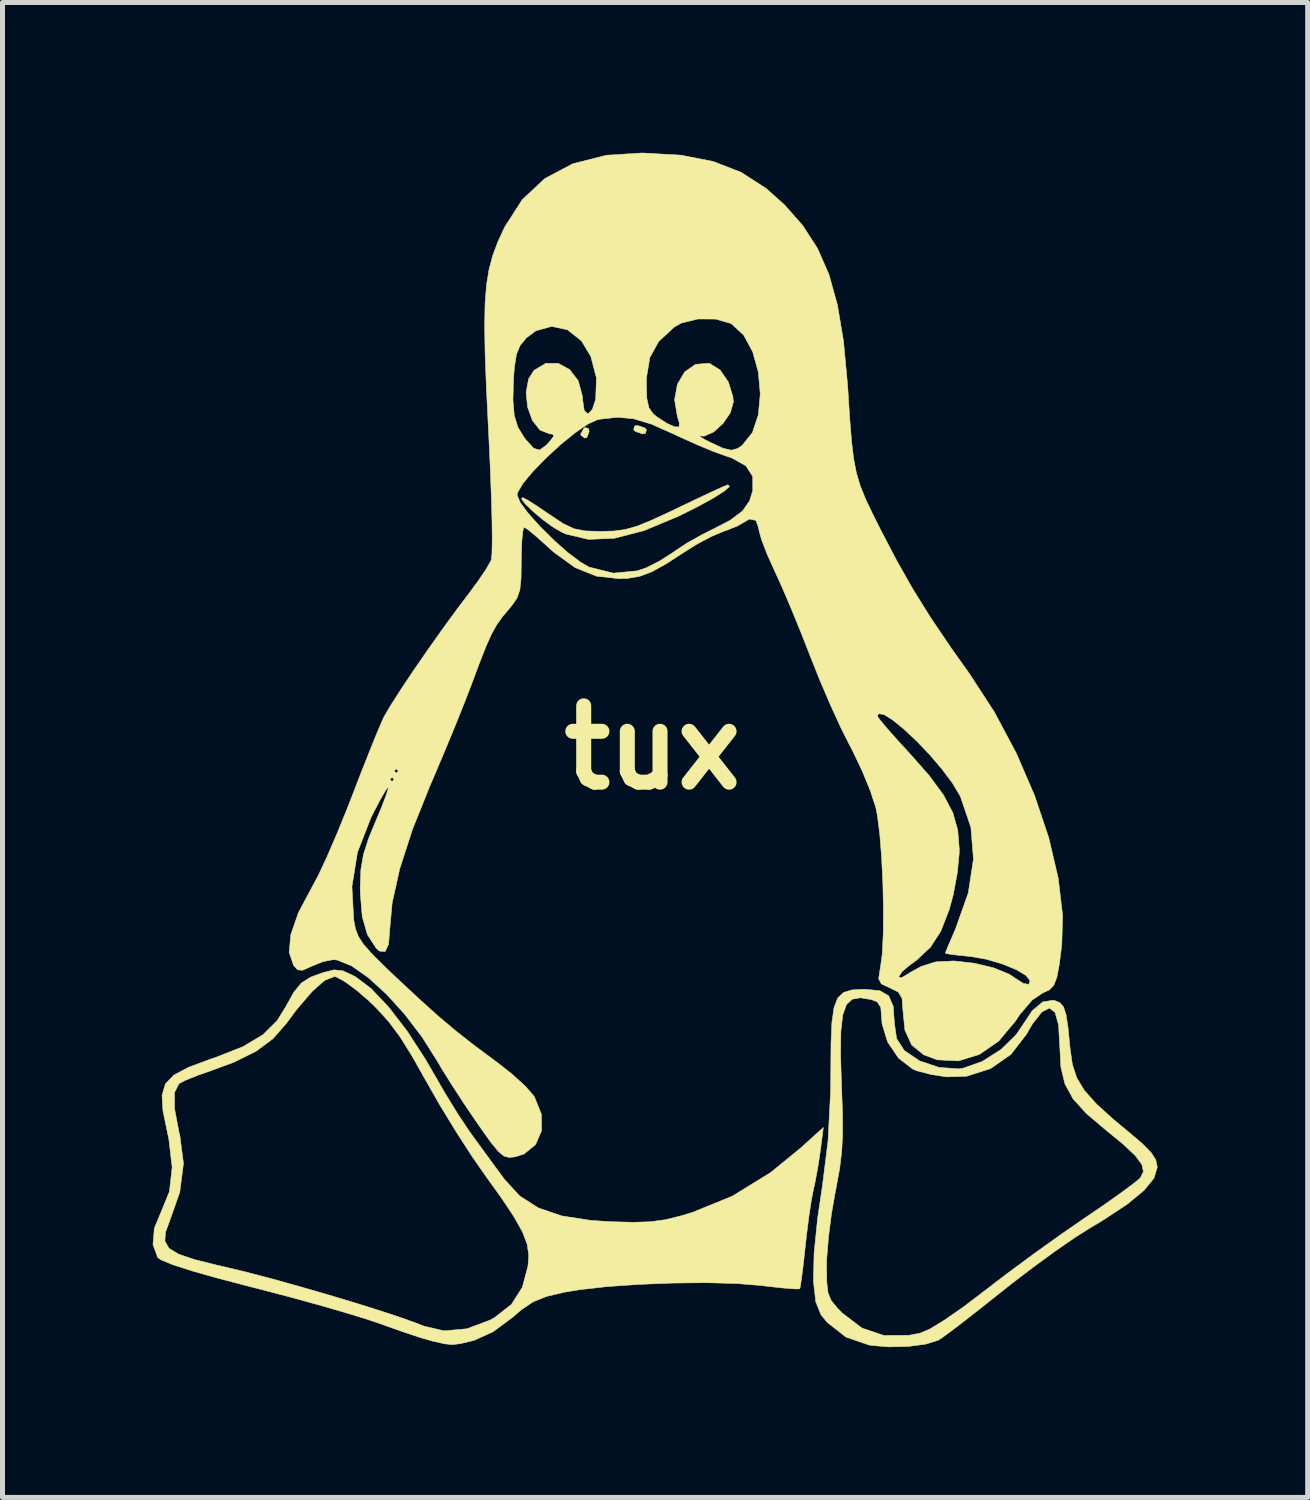
<source format=kicad_pcb>
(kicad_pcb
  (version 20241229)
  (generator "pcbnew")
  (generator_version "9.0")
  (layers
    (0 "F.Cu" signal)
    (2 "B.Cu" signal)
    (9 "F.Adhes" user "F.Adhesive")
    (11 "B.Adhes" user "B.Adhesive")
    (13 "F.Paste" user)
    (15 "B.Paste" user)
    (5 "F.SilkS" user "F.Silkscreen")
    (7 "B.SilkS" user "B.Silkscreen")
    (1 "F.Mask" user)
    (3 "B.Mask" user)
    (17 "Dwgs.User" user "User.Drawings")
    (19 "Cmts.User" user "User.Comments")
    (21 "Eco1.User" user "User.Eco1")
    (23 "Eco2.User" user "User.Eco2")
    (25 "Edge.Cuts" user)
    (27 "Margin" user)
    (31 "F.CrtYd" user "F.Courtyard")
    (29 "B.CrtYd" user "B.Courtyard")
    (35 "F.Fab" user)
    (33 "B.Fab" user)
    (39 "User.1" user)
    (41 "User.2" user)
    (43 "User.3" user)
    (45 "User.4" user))
  (footprint "tux"
    (layer "F.Cu")
    (at 9.986 11.881)
    (property "Reference" "tux" (at 0 0 0) (layer "F.SilkS") (effects (font (size 1.524 1.524) (thickness 0.3))))
    (attr through_hole)
    (fp_poly (pts (xy -1.282 -6.373) (xy -1.27 -6.313) (xy -1.314 -6.197) (xy -1.355 -6.181) (xy -1.437 -6.241) (xy -1.439 -6.26) (xy -1.378 -6.375) (xy -1.355 -6.392) (xy -1.282 -6.373)) (stroke (width 0.01) (type solid)) (fill yes) (layer "F.SilkS"))
    (fp_poly (pts (xy -0.16 -6.385) (xy -0.127 -6.35) (xy -0.145 -6.277) (xy -0.202 -6.265) (xy -0.348 -6.315) (xy -0.381 -6.35) (xy -0.363 -6.423) (xy -0.306 -6.435) (xy -0.16 -6.385)) (stroke (width 0.01) (type solid)) (fill yes) (layer "F.SilkS"))
    (fp_poly (pts (xy 1.534 -5.216) (xy 1.43 -5.124) (xy 1.209 -4.984) (xy 0.888 -4.808) (xy 0.509 -4.619) (xy -0.175 -4.334) (xy -0.767 -4.181) (xy -1.282 -4.159) (xy -1.732 -4.265) (xy -1.82 -4.304) (xy -2.001 -4.411) (xy -2.205 -4.561) (xy -2.398 -4.724) (xy -2.548 -4.87) (xy -2.62 -4.969) (xy -2.602 -4.995) (xy -2.51 -4.95) (xy -2.321 -4.831) (xy -2.075 -4.664) (xy -2.064 -4.657) (xy -1.789 -4.474) (xy -1.574 -4.372) (xy -1.35 -4.328) (xy -1.042 -4.319) (xy -1.023 -4.319) (xy -0.771 -4.326) (xy -0.551 -4.356) (xy -0.32 -4.421) (xy -0.037 -4.535) (xy 0.34 -4.709) (xy 0.496 -4.784) (xy 0.864 -4.96) (xy 1.174 -5.106) (xy 1.395 -5.207) (xy 1.499 -5.249) (xy 1.501 -5.249) (xy 1.534 -5.216)) (stroke (width 0.01) (type solid)) (fill yes) (layer "F.SilkS"))
    (fp_poly (pts (xy 4.534 4.854) (xy 4.714 4.959) (xy 4.803 5.17) (xy 4.826 5.502) (xy 4.87 5.811) (xy 5.018 6.041) (xy 5.027 6.051) (xy 5.331 6.257) (xy 5.717 6.386) (xy 6.105 6.415) (xy 6.199 6.402) (xy 6.581 6.267) (xy 6.956 6.028) (xy 7.258 5.733) (xy 7.354 5.591) (xy 7.579 5.254) (xy 7.791 5.076) (xy 8.001 5.045) (xy 8.026 5.051) (xy 8.13 5.093) (xy 8.203 5.177) (xy 8.254 5.333) (xy 8.294 5.594) (xy 8.333 5.991) (xy 8.335 6.009) (xy 8.38 6.326) (xy 8.468 6.595) (xy 8.621 6.848) (xy 8.858 7.114) (xy 9.202 7.426) (xy 9.469 7.647) (xy 9.769 7.901) (xy 9.953 8.086) (xy 10.047 8.234) (xy 10.075 8.372) (xy 10.075 8.382) (xy 10.011 8.597) (xy 9.812 8.841) (xy 9.471 9.122) (xy 8.98 9.445) (xy 8.729 9.595) (xy 8.428 9.785) (xy 8.039 10.054) (xy 7.603 10.372) (xy 7.161 10.709) (xy 6.964 10.866) (xy 6.584 11.168) (xy 6.242 11.436) (xy 5.962 11.65) (xy 5.769 11.791) (xy 5.701 11.835) (xy 5.45 11.913) (xy 5.099 11.959) (xy 4.713 11.968) (xy 4.358 11.937) (xy 4.318 11.93) (xy 3.857 11.771) (xy 3.489 11.482) (xy 3.36 11.327) (xy 3.256 11.069) (xy 3.209 10.657) (xy 3.216 10.35) (xy 3.471 10.35) (xy 3.476 10.677) (xy 3.5 10.889) (xy 3.564 11.042) (xy 3.685 11.19) (xy 3.783 11.291) (xy 4.178 11.592) (xy 4.614 11.739) (xy 5.113 11.737) (xy 5.339 11.694) (xy 5.537 11.609) (xy 5.836 11.426) (xy 6.212 11.164) (xy 6.609 10.862) (xy 7.077 10.504) (xy 7.617 10.105) (xy 8.161 9.716) (xy 8.604 9.41) (xy 8.978 9.156) (xy 9.306 8.925) (xy 9.561 8.738) (xy 9.713 8.617) (xy 9.738 8.592) (xy 9.799 8.469) (xy 9.77 8.328) (xy 9.64 8.151) (xy 9.393 7.918) (xy 9.053 7.64) (xy 8.66 7.307) (xy 8.393 7.012) (xy 8.231 6.715) (xy 8.15 6.374) (xy 8.128 5.948) (xy 8.128 5.945) (xy 8.104 5.535) (xy 8.034 5.286) (xy 7.922 5.201) (xy 7.77 5.279) (xy 7.581 5.521) (xy 7.461 5.727) (xy 7.154 6.126) (xy 6.744 6.411) (xy 6.267 6.563) (xy 5.867 6.575) (xy 5.561 6.528) (xy 5.287 6.457) (xy 5.193 6.42) (xy 4.908 6.2) (xy 4.69 5.877) (xy 4.579 5.514) (xy 4.572 5.408) (xy 4.554 5.186) (xy 4.48 5.075) (xy 4.367 5.032) (xy 4.148 4.996) (xy 3.984 5.024) (xy 3.868 5.133) (xy 3.794 5.341) (xy 3.757 5.665) (xy 3.751 6.121) (xy 3.769 6.727) (xy 3.771 6.773) (xy 3.79 7.307) (xy 3.792 7.723) (xy 3.773 8.073) (xy 3.732 8.409) (xy 3.664 8.782) (xy 3.648 8.861) (xy 3.569 9.311) (xy 3.509 9.784) (xy 3.475 10.203) (xy 3.471 10.35) (xy 3.216 10.35) (xy 3.222 10.097) (xy 3.293 9.394) (xy 3.388 8.755) (xy 3.501 7.851) (xy 3.552 6.859) (xy 3.556 6.475) (xy 3.56 5.907) (xy 3.578 5.487) (xy 3.62 5.192) (xy 3.694 5) (xy 3.809 4.89) (xy 3.974 4.839) (xy 4.199 4.826) (xy 4.235 4.826) (xy 4.534 4.854)) (stroke (width 0.01) (type solid)) (fill yes) (layer "F.SilkS"))
    (fp_poly (pts (xy -6.187 4.457) (xy -5.968 4.559) (xy -5.932 4.579) (xy -5.621 4.815) (xy -5.271 5.185) (xy -4.904 5.663) (xy -4.539 6.225) (xy -4.363 6.529) (xy -4.138 6.919) (xy -3.889 7.322) (xy -3.66 7.666) (xy -3.595 7.757) (xy -3.364 8.073) (xy -3.127 8.397) (xy -2.96 8.624) (xy -2.658 8.953) (xy -2.285 9.192) (xy -1.816 9.352) (xy -1.227 9.443) (xy -0.824 9.468) (xy -0.379 9.479) (xy -0.042 9.468) (xy 0.25 9.428) (xy 0.559 9.352) (xy 0.789 9.283) (xy 1.591 8.956) (xy 2.359 8.482) (xy 2.952 7.997) (xy 3.407 7.586) (xy 3.348 8.047) (xy 3.298 8.376) (xy 3.24 8.689) (xy 3.212 8.811) (xy 3.169 9.028) (xy 3.119 9.358) (xy 3.07 9.746) (xy 3.048 9.947) (xy 3.009 10.303) (xy 2.973 10.589) (xy 2.946 10.768) (xy 2.935 10.809) (xy 2.846 10.811) (xy 2.627 10.794) (xy 2.319 10.761) (xy 2.153 10.741) (xy 1.668 10.702) (xy 1.07 10.686) (xy 0.409 10.693) (xy -0.265 10.719) (xy -0.904 10.763) (xy -1.457 10.825) (xy -1.762 10.875) (xy -2.124 10.961) (xy -2.388 11.067) (xy -2.626 11.227) (xy -2.796 11.374) (xy -3.186 11.664) (xy -3.562 11.835) (xy -3.591 11.843) (xy -3.837 11.902) (xy -3.999 11.923) (xy -4.159 11.906) (xy -4.398 11.852) (xy -4.403 11.851) (xy -4.618 11.789) (xy -4.935 11.685) (xy -5.296 11.558) (xy -5.419 11.513) (xy -5.722 11.411) (xy -6.153 11.279) (xy -6.673 11.129) (xy -7.245 10.972) (xy -7.832 10.818) (xy -7.959 10.786) (xy -8.649 10.606) (xy -9.192 10.453) (xy -9.584 10.327) (xy -9.818 10.231) (xy -9.885 10.185) (xy -9.981 9.924) (xy -9.975 9.857) (xy -9.743 9.857) (xy -9.662 9.998) (xy -9.472 10.115) (xy -9.154 10.223) (xy -8.691 10.338) (xy -8.551 10.37) (xy -8.134 10.47) (xy -7.629 10.602) (xy -7.071 10.757) (xy -6.494 10.924) (xy -5.931 11.093) (xy -5.415 11.255) (xy -4.982 11.399) (xy -4.665 11.515) (xy -4.572 11.553) (xy -4.168 11.647) (xy -3.713 11.606) (xy -3.25 11.433) (xy -3.161 11.384) (xy -2.822 11.119) (xy -2.605 10.778) (xy -2.492 10.355) (xy -2.476 10.136) (xy -2.508 9.917) (xy -2.602 9.671) (xy -2.77 9.371) (xy -3.023 8.991) (xy -3.312 8.589) (xy -3.602 8.173) (xy -3.928 7.669) (xy -4.25 7.141) (xy -4.528 6.654) (xy -4.808 6.158) (xy -5.046 5.777) (xy -5.271 5.475) (xy -5.508 5.212) (xy -5.653 5.071) (xy -5.916 4.843) (xy -6.153 4.67) (xy -6.324 4.579) (xy -6.36 4.572) (xy -6.552 4.648) (xy -6.805 4.871) (xy -7.114 5.233) (xy -7.314 5.503) (xy -7.584 5.812) (xy -7.924 6.065) (xy -8.37 6.285) (xy -8.805 6.445) (xy -9.1 6.549) (xy -9.337 6.645) (xy -9.461 6.71) (xy -9.551 6.887) (xy -9.551 7.207) (xy -9.463 7.671) (xy -9.444 7.748) (xy -9.372 8.303) (xy -9.446 8.878) (xy -9.645 9.445) (xy -9.731 9.678) (xy -9.743 9.857) (xy -9.975 9.857) (xy -9.954 9.599) (xy -9.829 9.297) (xy -9.652 8.865) (xy -9.598 8.38) (xy -9.665 7.81) (xy -9.697 7.663) (xy -9.782 7.25) (xy -9.8 6.943) (xy -9.733 6.715) (xy -9.561 6.537) (xy -9.266 6.382) (xy -8.83 6.22) (xy -8.717 6.182) (xy -8.182 5.971) (xy -7.786 5.734) (xy -7.499 5.449) (xy -7.332 5.18) (xy -7.169 4.886) (xy -7.019 4.702) (xy -6.831 4.583) (xy -6.584 4.492) (xy -6.364 4.438) (xy -6.187 4.457)) (stroke (width 0.01) (type solid)) (fill yes) (layer "F.SilkS"))
    (fp_poly (pts (xy 0.558 -11.833) (xy 1.207 -11.707) (xy 1.766 -11.489) (xy 2.268 -11.165) (xy 2.63 -10.841) (xy 2.998 -10.424) (xy 3.291 -9.969) (xy 3.519 -9.45) (xy 3.688 -8.843) (xy 3.809 -8.123) (xy 3.889 -7.264) (xy 3.897 -7.154) (xy 3.934 -6.571) (xy 3.97 -6.121) (xy 4.012 -5.77) (xy 4.068 -5.482) (xy 4.146 -5.222) (xy 4.255 -4.954) (xy 4.403 -4.645) (xy 4.538 -4.375) (xy 4.87 -3.739) (xy 5.196 -3.164) (xy 5.547 -2.6) (xy 5.954 -1.998) (xy 6.324 -1.477) (xy 6.824 -0.708) (xy 7.262 0.114) (xy 7.627 0.96) (xy 7.909 1.801) (xy 8.098 2.608) (xy 8.185 3.352) (xy 8.169 3.937) (xy 8.119 4.33) (xy 8.07 4.589) (xy 8.009 4.746) (xy 7.923 4.837) (xy 7.799 4.895) (xy 7.791 4.897) (xy 7.576 5.042) (xy 7.334 5.325) (xy 7.244 5.459) (xy 6.912 5.858) (xy 6.524 6.127) (xy 6.105 6.256) (xy 5.682 6.235) (xy 5.411 6.134) (xy 5.171 5.939) (xy 5.036 5.642) (xy 4.995 5.236) (xy 4.979 5.008) (xy 4.906 4.883) (xy 4.737 4.798) (xy 4.736 4.798) (xy 4.566 4.719) (xy 4.512 4.615) (xy 4.541 4.422) (xy 4.545 4.403) (xy 4.583 4.126) (xy 4.603 3.724) (xy 4.607 3.24) (xy 4.596 2.718) (xy 4.571 2.2) (xy 4.534 1.731) (xy 4.486 1.352) (xy 4.452 1.187) (xy 4.345 0.86) (xy 4.181 0.461) (xy 3.992 0.064) (xy 3.942 -0.03) (xy 3.763 -0.385) (xy 3.652 -0.627) (xy 4.487 -0.627) (xy 4.542 -0.548) (xy 4.688 -0.374) (xy 4.904 -0.131) (xy 5.121 0.105) (xy 5.524 0.562) (xy 5.809 0.95) (xy 5.993 1.3) (xy 6.091 1.646) (xy 6.121 2.02) (xy 6.12 2.113) (xy 6.083 2.498) (xy 6.003 2.931) (xy 5.921 3.234) (xy 5.754 3.663) (xy 5.549 3.982) (xy 5.266 4.247) (xy 5.132 4.343) (xy 4.978 4.474) (xy 4.911 4.58) (xy 4.911 4.582) (xy 4.967 4.596) (xy 5.103 4.517) (xy 5.125 4.5) (xy 5.356 4.372) (xy 5.637 4.282) (xy 5.666 4.277) (xy 6.016 4.26) (xy 6.419 4.305) (xy 6.807 4.397) (xy 7.115 4.523) (xy 7.183 4.568) (xy 7.397 4.708) (xy 7.51 4.727) (xy 7.535 4.658) (xy 7.459 4.553) (xy 7.26 4.434) (xy 6.979 4.319) (xy 6.662 4.226) (xy 6.349 4.171) (xy 6.335 4.17) (xy 6.072 4.143) (xy 5.893 4.119) (xy 5.842 4.105) (xy 5.873 4.024) (xy 5.955 3.833) (xy 6.043 3.63) (xy 6.302 2.9) (xy 6.405 2.224) (xy 6.353 1.589) (xy 6.146 0.982) (xy 6.134 0.957) (xy 5.986 0.709) (xy 5.779 0.432) (xy 5.534 0.145) (xy 5.273 -0.129) (xy 5.017 -0.369) (xy 4.79 -0.554) (xy 4.613 -0.664) (xy 4.507 -0.677) (xy 4.487 -0.627) (xy 3.652 -0.627) (xy 3.554 -0.84) (xy 3.341 -1.337) (xy 3.149 -1.819) (xy 3.148 -1.82) (xy 2.963 -2.293) (xy 2.766 -2.775) (xy 2.58 -3.21) (xy 2.428 -3.544) (xy 2.423 -3.554) (xy 2.28 -3.873) (xy 2.172 -4.155) (xy 2.119 -4.349) (xy 2.117 -4.379) (xy 2.061 -4.538) (xy 1.928 -4.565) (xy 1.816 -4.498) (xy 1.688 -4.425) (xy 1.472 -4.339) (xy 1.416 -4.321) (xy 1.166 -4.215) (xy 0.861 -4.051) (xy 0.654 -3.921) (xy 0.272 -3.673) (xy -0.019 -3.512) (xy -0.261 -3.421) (xy -0.498 -3.381) (xy -0.666 -3.374) (xy -1.126 -3.425) (xy -1.551 -3.596) (xy -1.981 -3.907) (xy -2.102 -4.017) (xy -2.319 -4.212) (xy -2.488 -4.351) (xy -2.57 -4.403) (xy -2.595 -4.325) (xy -2.615 -4.118) (xy -2.624 -3.821) (xy -2.625 -3.728) (xy -2.63 -3.381) (xy -2.654 -3.151) (xy -2.71 -2.988) (xy -2.812 -2.84) (xy -2.866 -2.776) (xy -3.007 -2.607) (xy -3.12 -2.448) (xy -3.222 -2.263) (xy -3.332 -2.017) (xy -3.466 -1.675) (xy -3.604 -1.305) (xy -3.755 -0.912) (xy -3.952 -0.421) (xy -4.173 0.113) (xy -4.394 0.634) (xy -4.449 0.762) (xy -4.8 1.636) (xy -5.053 2.419) (xy -5.204 3.098) (xy -5.251 3.616) (xy -5.275 3.923) (xy -5.345 4.073) (xy -5.458 4.063) (xy -5.525 4.002) (xy -5.698 3.735) (xy -5.801 3.38) (xy -5.841 2.903) (xy -5.842 2.78) (xy -5.829 2.433) (xy -5.777 2.132) (xy -5.672 1.807) (xy -5.546 1.501) (xy -5.417 1.193) (xy -5.324 0.95) (xy -5.28 0.808) (xy -5.28 0.787) (xy -5.329 0.843) (xy -5.431 1.019) (xy -5.569 1.281) (xy -5.627 1.396) (xy -5.897 2.09) (xy -6.008 2.775) (xy -5.972 3.439) (xy -5.937 3.619) (xy -5.878 3.774) (xy -5.773 3.933) (xy -5.6 4.128) (xy -5.336 4.389) (xy -5.136 4.58) (xy -4.676 5.009) (xy -4.292 5.355) (xy -3.938 5.654) (xy -3.57 5.943) (xy -3.144 6.259) (xy -3.092 6.298) (xy -2.802 6.527) (xy -2.549 6.758) (xy -2.382 6.947) (xy -2.363 6.975) (xy -2.224 7.322) (xy -2.22 7.65) (xy -2.34 7.927) (xy -2.573 8.117) (xy -2.752 8.173) (xy -2.87 8.185) (xy -2.973 8.156) (xy -3.085 8.063) (xy -3.232 7.883) (xy -3.439 7.593) (xy -3.521 7.475) (xy -3.771 7.106) (xy -4.016 6.729) (xy -4.22 6.402) (xy -4.3 6.265) (xy -4.604 5.783) (xy -4.951 5.328) (xy -5.317 4.924) (xy -5.679 4.594) (xy -6.013 4.359) (xy -6.297 4.243) (xy -6.381 4.234) (xy -6.583 4.273) (xy -6.813 4.366) (xy -6.992 4.446) (xy -7.093 4.437) (xy -7.173 4.349) (xy -7.261 4.089) (xy -7.228 3.733) (xy -7.076 3.296) (xy -6.81 2.796) (xy -6.809 2.794) (xy -6.68 2.553) (xy -6.511 2.192) (xy -6.32 1.751) (xy -6.123 1.27) (xy -6.015 0.994) (xy -5.877 0.635) (xy -5.249 0.635) (xy -5.207 0.677) (xy -5.165 0.635) (xy -5.207 0.593) (xy -5.249 0.635) (xy -5.877 0.635) (xy -5.836 0.528) (xy -5.811 0.466) (xy -5.165 0.466) (xy -5.122 0.508) (xy -5.08 0.466) (xy -5.122 0.423) (xy -5.165 0.466) (xy -5.811 0.466) (xy -5.666 0.099) (xy -5.521 -0.261) (xy -5.412 -0.518) (xy -5.367 -0.615) (xy -5.241 -0.832) (xy -5.037 -1.151) (xy -4.778 -1.539) (xy -4.486 -1.962) (xy -4.184 -2.387) (xy -3.897 -2.781) (xy -3.709 -3.028) (xy -3.502 -3.307) (xy -3.333 -3.556) (xy -3.233 -3.73) (xy -3.225 -3.748) (xy -3.211 -3.882) (xy -3.206 -4.164) (xy -3.211 -4.571) (xy -3.224 -5.045) (xy -2.709 -5.045) (xy -2.648 -4.897) (xy -2.484 -4.676) (xy -2.25 -4.415) (xy -1.976 -4.144) (xy -1.696 -3.896) (xy -1.439 -3.702) (xy -1.27 -3.605) (xy -0.789 -3.485) (xy -0.308 -3.531) (xy -0.124 -3.594) (xy 0.148 -3.733) (xy 0.421 -3.909) (xy 0.445 -3.927) (xy 0.685 -4.086) (xy 0.993 -4.258) (xy 1.168 -4.345) (xy 1.547 -4.541) (xy 1.793 -4.726) (xy 1.935 -4.93) (xy 1.998 -5.137) (xy 1.996 -5.417) (xy 1.86 -5.628) (xy 1.577 -5.786) (xy 1.436 -5.833) (xy 1.202 -5.918) (xy 0.876 -6.054) (xy 0.517 -6.216) (xy 0.405 -6.269) (xy -0.031 -6.462) (xy -0.381 -6.568) (xy -0.701 -6.598) (xy -1.044 -6.56) (xy -1.105 -6.548) (xy -1.295 -6.463) (xy -1.551 -6.288) (xy -1.841 -6.052) (xy -2.132 -5.784) (xy -2.394 -5.515) (xy -2.594 -5.275) (xy -2.7 -5.092) (xy -2.709 -5.045) (xy -3.224 -5.045) (xy -3.226 -5.083) (xy -3.249 -5.678) (xy -3.28 -6.334) (xy -3.281 -6.35) (xy -3.31 -6.941) (xy -2.792 -6.941) (xy -2.766 -6.634) (xy -2.693 -6.398) (xy -2.562 -6.186) (xy -2.536 -6.152) (xy -2.379 -5.979) (xy -2.26 -5.943) (xy -2.127 -6.039) (xy -2.074 -6.096) (xy -1.977 -6.218) (xy -1.999 -6.262) (xy -2.055 -6.265) (xy -2.251 -6.341) (xy -2.404 -6.535) (xy -2.5 -6.802) (xy -2.529 -7.094) (xy -2.479 -7.364) (xy -2.371 -7.535) (xy -2.134 -7.676) (xy -1.886 -7.675) (xy -1.659 -7.55) (xy -1.487 -7.324) (xy -1.404 -7.015) (xy -1.401 -6.951) (xy -1.368 -6.73) (xy -1.294 -6.664) (xy -1.207 -6.754) (xy -1.141 -6.952) (xy -1.128 -7.27) (xy -0.127 -7.27) (xy -0.118 -6.973) (xy -0.078 -6.79) (xy 0.009 -6.666) (xy 0.085 -6.604) (xy 0.281 -6.477) (xy 0.437 -6.407) (xy 0.526 -6.404) (xy 0.53 -6.491) (xy 0.491 -6.616) (xy 0.436 -6.95) (xy 0.493 -7.258) (xy 0.639 -7.504) (xy 0.854 -7.655) (xy 1.116 -7.676) (xy 1.141 -7.67) (xy 1.345 -7.542) (xy 1.51 -7.302) (xy 1.601 -7.008) (xy 1.609 -6.898) (xy 1.55 -6.688) (xy 1.404 -6.474) (xy 1.215 -6.303) (xy 1.028 -6.221) (xy 0.959 -6.225) (xy 0.932 -6.219) (xy 1.035 -6.155) (xy 1.143 -6.1) (xy 1.402 -5.98) (xy 1.568 -5.94) (xy 1.696 -5.974) (xy 1.785 -6.035) (xy 1.99 -6.291) (xy 2.109 -6.648) (xy 2.147 -7.063) (xy 2.109 -7.496) (xy 1.997 -7.902) (xy 1.816 -8.239) (xy 1.57 -8.465) (xy 1.559 -8.471) (xy 1.256 -8.559) (xy 0.9 -8.56) (xy 0.571 -8.479) (xy 0.433 -8.402) (xy 0.119 -8.112) (xy -0.058 -7.792) (xy -0.125 -7.388) (xy -0.127 -7.27) (xy -1.128 -7.27) (xy -1.124 -7.383) (xy -1.238 -7.815) (xy -1.425 -8.125) (xy -1.703 -8.345) (xy -2.018 -8.412) (xy -2.334 -8.325) (xy -2.527 -8.18) (xy -2.649 -8.031) (xy -2.722 -7.855) (xy -2.763 -7.597) (xy -2.78 -7.368) (xy -2.792 -6.941) (xy -3.31 -6.941) (xy -3.322 -7.176) (xy -3.348 -7.856) (xy -3.357 -8.411) (xy -3.349 -8.864) (xy -3.32 -9.238) (xy -3.269 -9.553) (xy -3.194 -9.833) (xy -3.094 -10.1) (xy -2.967 -10.376) (xy -2.962 -10.388) (xy -2.607 -10.943) (xy -2.153 -11.367) (xy -1.594 -11.662) (xy -0.926 -11.831) (xy -0.212 -11.876) (xy 0.558 -11.833)) (stroke (width 0.01) (type solid)) (fill yes) (layer "F.SilkS")))
  (gr_rect
    (start -3 -3)
    (end 23.066 26.855)
    (stroke (width 0.1) (type default))
    (fill no)
    (layer "Edge.Cuts")))
</source>
